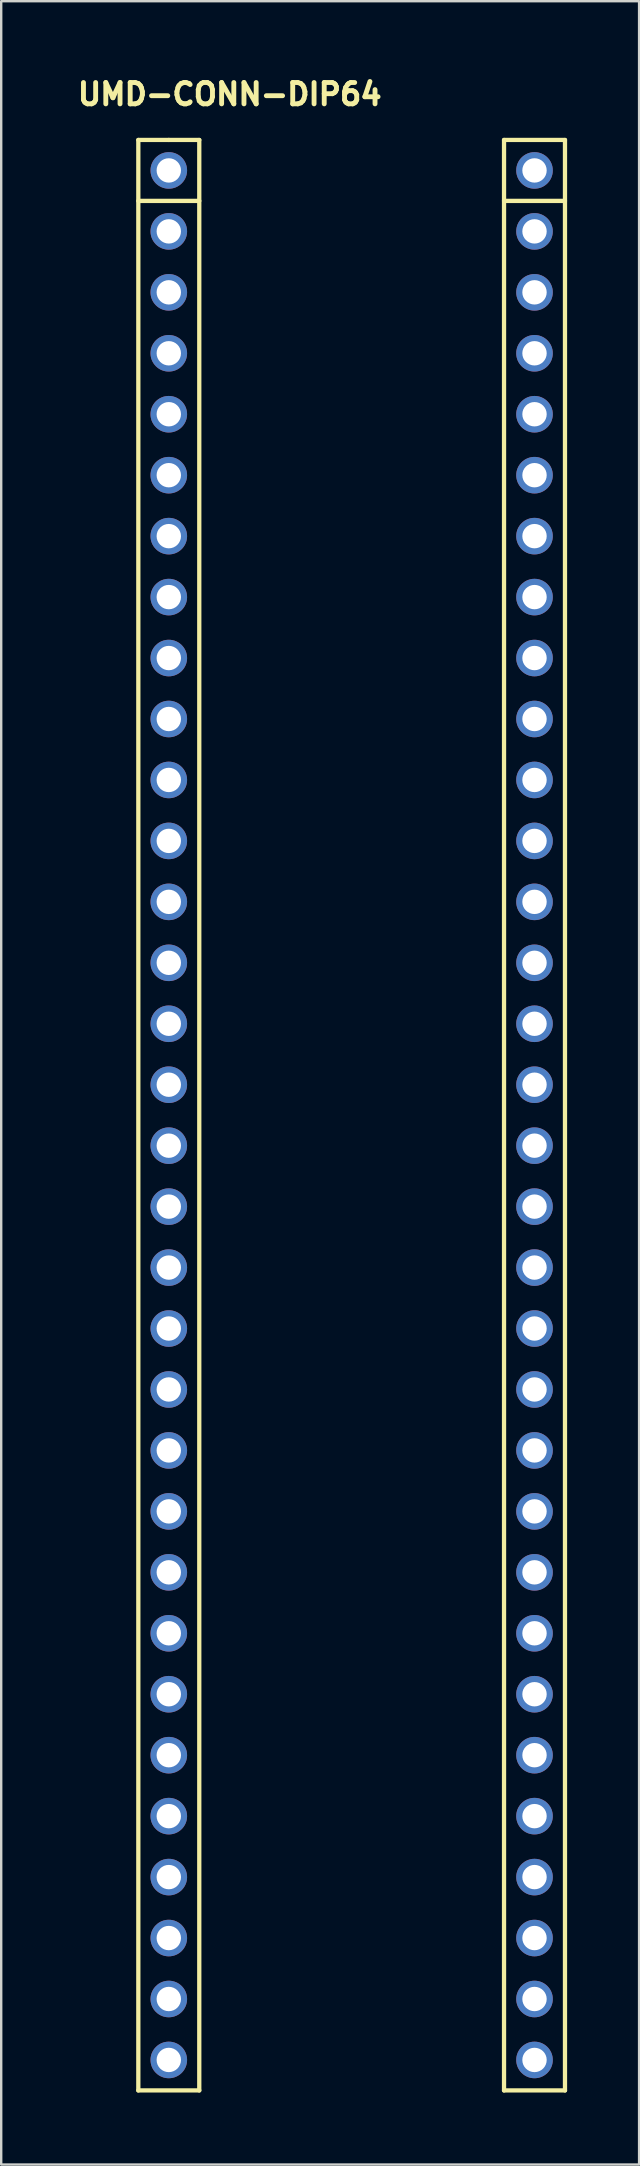
<source format=kicad_pcb>
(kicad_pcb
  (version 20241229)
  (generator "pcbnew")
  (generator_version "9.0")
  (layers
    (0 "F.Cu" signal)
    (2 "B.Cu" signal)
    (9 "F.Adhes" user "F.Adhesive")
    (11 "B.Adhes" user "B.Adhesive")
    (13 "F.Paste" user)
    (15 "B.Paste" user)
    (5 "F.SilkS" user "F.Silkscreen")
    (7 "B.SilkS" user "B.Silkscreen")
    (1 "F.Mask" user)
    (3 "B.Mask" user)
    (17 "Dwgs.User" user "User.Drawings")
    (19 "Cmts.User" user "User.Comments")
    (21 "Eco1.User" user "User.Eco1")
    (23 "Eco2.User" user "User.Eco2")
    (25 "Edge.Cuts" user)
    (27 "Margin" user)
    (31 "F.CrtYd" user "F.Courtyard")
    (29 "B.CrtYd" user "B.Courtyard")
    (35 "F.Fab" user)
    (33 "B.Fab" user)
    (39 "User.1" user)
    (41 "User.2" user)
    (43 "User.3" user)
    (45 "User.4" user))
  (footprint "UMD-CONN-DIP64"
    (layer "F.Cu")
    (at 3.984 4.052)
    (property "Reference" "UMD-CONN-DIP64" (at 2.54 -3.175 0) (layer "F.SilkS") (effects (font (size 0.889 0.889) (thickness 0.203))))
    (attr through_hole)
    (fp_line (start -1.27 -1.27) (end -1.27 80.01) (stroke (width 0.178) (type solid)) (layer "F.SilkS"))
    (fp_line (start -1.27 1.27) (end 1.27 1.27) (stroke (width 0.178) (type solid)) (layer "F.SilkS"))
    (fp_line (start -1.27 80.01) (end 1.27 80.01) (stroke (width 0.178) (type solid)) (layer "F.SilkS"))
    (fp_line (start 0 -1.27) (end -1.27 -1.27) (stroke (width 0.178) (type solid)) (layer "F.SilkS"))
    (fp_line (start 1.27 -1.27) (end 0 -1.27) (stroke (width 0.178) (type solid)) (layer "F.SilkS"))
    (fp_line (start 1.27 80.01) (end 1.27 -1.27) (stroke (width 0.178) (type solid)) (layer "F.SilkS"))
    (fp_line (start 13.97 -1.27) (end 13.97 80.01) (stroke (width 0.178) (type solid)) (layer "F.SilkS"))
    (fp_line (start 13.97 1.27) (end 16.51 1.27) (stroke (width 0.178) (type solid)) (layer "F.SilkS"))
    (fp_line (start 13.97 80.01) (end 16.51 80.01) (stroke (width 0.178) (type solid)) (layer "F.SilkS"))
    (fp_line (start 16.51 -1.27) (end 13.97 -1.27) (stroke (width 0.178) (type solid)) (layer "F.SilkS"))
    (fp_line (start 16.51 80.01) (end 16.51 -1.27) (stroke (width 0.178) (type solid)) (layer "F.SilkS"))
    (pad "1" thru_hole circle (at 0 0) (size 1.524 1.524) (drill 1.016) (layers "*.Cu" "*.Mask"))
    (pad "2" thru_hole circle (at 0 2.54) (size 1.524 1.524) (drill 1.016) (layers "*.Cu" "*.Mask"))
    (pad "3" thru_hole circle (at 0 5.08) (size 1.524 1.524) (drill 1.016) (layers "*.Cu" "*.Mask"))
    (pad "4" thru_hole circle (at 0 7.62) (size 1.524 1.524) (drill 1.016) (layers "*.Cu" "*.Mask"))
    (pad "5" thru_hole circle (at 0 10.16) (size 1.524 1.524) (drill 1.016) (layers "*.Cu" "*.Mask"))
    (pad "6" thru_hole circle (at 0 12.7) (size 1.524 1.524) (drill 1.016) (layers "*.Cu" "*.Mask"))
    (pad "7" thru_hole circle (at 0 15.24) (size 1.524 1.524) (drill 1.016) (layers "*.Cu" "*.Mask"))
    (pad "8" thru_hole circle (at 0 17.78) (size 1.524 1.524) (drill 1.016) (layers "*.Cu" "*.Mask"))
    (pad "9" thru_hole circle (at 0 20.32) (size 1.524 1.524) (drill 1.016) (layers "*.Cu" "*.Mask"))
    (pad "10" thru_hole circle (at 0 22.86) (size 1.524 1.524) (drill 1.016) (layers "*.Cu" "*.Mask"))
    (pad "11" thru_hole circle (at 0 25.4) (size 1.524 1.524) (drill 1.016) (layers "*.Cu" "*.Mask"))
    (pad "12" thru_hole circle (at 0 27.94) (size 1.524 1.524) (drill 1.016) (layers "*.Cu" "*.Mask"))
    (pad "13" thru_hole circle (at 0 30.48) (size 1.524 1.524) (drill 1.016) (layers "*.Cu" "*.Mask"))
    (pad "14" thru_hole circle (at 0 33.02) (size 1.524 1.524) (drill 1.016) (layers "*.Cu" "*.Mask"))
    (pad "15" thru_hole circle (at 0 35.56) (size 1.524 1.524) (drill 1.016) (layers "*.Cu" "*.Mask"))
    (pad "16" thru_hole circle (at 0 38.1) (size 1.524 1.524) (drill 1.016) (layers "*.Cu" "*.Mask"))
    (pad "17" thru_hole circle (at 0 40.64) (size 1.524 1.524) (drill 1.016) (layers "*.Cu" "*.Mask"))
    (pad "18" thru_hole circle (at 0 43.18) (size 1.524 1.524) (drill 1.016) (layers "*.Cu" "*.Mask"))
    (pad "19" thru_hole circle (at 0 45.72) (size 1.524 1.524) (drill 1.016) (layers "*.Cu" "*.Mask"))
    (pad "20" thru_hole circle (at 0 48.26) (size 1.524 1.524) (drill 1.016) (layers "*.Cu" "*.Mask"))
    (pad "21" thru_hole circle (at 0 50.8) (size 1.524 1.524) (drill 1.016) (layers "*.Cu" "*.Mask"))
    (pad "22" thru_hole circle (at 0 53.34) (size 1.524 1.524) (drill 1.016) (layers "*.Cu" "*.Mask"))
    (pad "23" thru_hole circle (at 0 55.88) (size 1.524 1.524) (drill 1.016) (layers "*.Cu" "*.Mask"))
    (pad "24" thru_hole circle (at 0 58.42) (size 1.524 1.524) (drill 1.016) (layers "*.Cu" "*.Mask"))
    (pad "25" thru_hole circle (at 0 60.96) (size 1.524 1.524) (drill 1.016) (layers "*.Cu" "*.Mask"))
    (pad "26" thru_hole circle (at 0 63.5) (size 1.524 1.524) (drill 1.016) (layers "*.Cu" "*.Mask"))
    (pad "27" thru_hole circle (at 0 66.04) (size 1.524 1.524) (drill 1.016) (layers "*.Cu" "*.Mask"))
    (pad "28" thru_hole circle (at 0 68.58) (size 1.524 1.524) (drill 1.016) (layers "*.Cu" "*.Mask"))
    (pad "29" thru_hole circle (at 0 71.12) (size 1.524 1.524) (drill 1.016) (layers "*.Cu" "*.Mask"))
    (pad "30" thru_hole circle (at 0 73.66) (size 1.524 1.524) (drill 1.016) (layers "*.Cu" "*.Mask"))
    (pad "31" thru_hole circle (at 0 76.2) (size 1.524 1.524) (drill 1.016) (layers "*.Cu" "*.Mask"))
    (pad "32" thru_hole circle (at 0 78.74) (size 1.524 1.524) (drill 1.016) (layers "*.Cu" "*.Mask"))
    (pad "33" thru_hole circle (at 15.24 78.74) (size 1.524 1.524) (drill 1.016) (layers "*.Cu" "*.Mask"))
    (pad "34" thru_hole circle (at 15.24 76.2) (size 1.524 1.524) (drill 1.016) (layers "*.Cu" "*.Mask"))
    (pad "35" thru_hole circle (at 15.24 73.66) (size 1.524 1.524) (drill 1.016) (layers "*.Cu" "*.Mask"))
    (pad "36" thru_hole circle (at 15.24 71.12) (size 1.524 1.524) (drill 1.016) (layers "*.Cu" "*.Mask"))
    (pad "37" thru_hole circle (at 15.24 68.58) (size 1.524 1.524) (drill 1.016) (layers "*.Cu" "*.Mask"))
    (pad "38" thru_hole circle (at 15.24 66.04) (size 1.524 1.524) (drill 1.016) (layers "*.Cu" "*.Mask"))
    (pad "39" thru_hole circle (at 15.24 63.5) (size 1.524 1.524) (drill 1.016) (layers "*.Cu" "*.Mask"))
    (pad "40" thru_hole circle (at 15.24 60.96) (size 1.524 1.524) (drill 1.016) (layers "*.Cu" "*.Mask"))
    (pad "41" thru_hole circle (at 15.24 58.42) (size 1.524 1.524) (drill 1.016) (layers "*.Cu" "*.Mask"))
    (pad "42" thru_hole circle (at 15.24 55.88) (size 1.524 1.524) (drill 1.016) (layers "*.Cu" "*.Mask"))
    (pad "43" thru_hole circle (at 15.24 53.34) (size 1.524 1.524) (drill 1.016) (layers "*.Cu" "*.Mask"))
    (pad "44" thru_hole circle (at 15.24 50.8) (size 1.524 1.524) (drill 1.016) (layers "*.Cu" "*.Mask"))
    (pad "45" thru_hole circle (at 15.24 48.26) (size 1.524 1.524) (drill 1.016) (layers "*.Cu" "*.Mask"))
    (pad "46" thru_hole circle (at 15.24 45.72) (size 1.524 1.524) (drill 1.016) (layers "*.Cu" "*.Mask"))
    (pad "47" thru_hole circle (at 15.24 43.18) (size 1.524 1.524) (drill 1.016) (layers "*.Cu" "*.Mask"))
    (pad "48" thru_hole circle (at 15.24 40.64) (size 1.524 1.524) (drill 1.016) (layers "*.Cu" "*.Mask"))
    (pad "49" thru_hole circle (at 15.24 38.1) (size 1.524 1.524) (drill 1.016) (layers "*.Cu" "*.Mask"))
    (pad "50" thru_hole circle (at 15.24 35.56) (size 1.524 1.524) (drill 1.016) (layers "*.Cu" "*.Mask"))
    (pad "51" thru_hole circle (at 15.24 33.02) (size 1.524 1.524) (drill 1.016) (layers "*.Cu" "*.Mask"))
    (pad "52" thru_hole circle (at 15.24 30.48) (size 1.524 1.524) (drill 1.016) (layers "*.Cu" "*.Mask"))
    (pad "53" thru_hole circle (at 15.24 27.94) (size 1.524 1.524) (drill 1.016) (layers "*.Cu" "*.Mask"))
    (pad "54" thru_hole circle (at 15.24 25.4) (size 1.524 1.524) (drill 1.016) (layers "*.Cu" "*.Mask"))
    (pad "55" thru_hole circle (at 15.24 22.86) (size 1.524 1.524) (drill 1.016) (layers "*.Cu" "*.Mask"))
    (pad "56" thru_hole circle (at 15.24 20.32) (size 1.524 1.524) (drill 1.016) (layers "*.Cu" "*.Mask"))
    (pad "57" thru_hole circle (at 15.24 17.78) (size 1.524 1.524) (drill 1.016) (layers "*.Cu" "*.Mask"))
    (pad "58" thru_hole circle (at 15.24 15.24) (size 1.524 1.524) (drill 1.016) (layers "*.Cu" "*.Mask"))
    (pad "59" thru_hole circle (at 15.24 12.7) (size 1.524 1.524) (drill 1.016) (layers "*.Cu" "*.Mask"))
    (pad "60" thru_hole circle (at 15.24 10.16) (size 1.524 1.524) (drill 1.016) (layers "*.Cu" "*.Mask"))
    (pad "61" thru_hole circle (at 15.24 7.62) (size 1.524 1.524) (drill 1.016) (layers "*.Cu" "*.Mask"))
    (pad "62" thru_hole circle (at 15.24 5.08) (size 1.524 1.524) (drill 1.016) (layers "*.Cu" "*.Mask"))
    (pad "63" thru_hole circle (at 15.24 2.54) (size 1.524 1.524) (drill 1.016) (layers "*.Cu" "*.Mask"))
    (pad "64" thru_hole circle (at 15.24 0) (size 1.524 1.524) (drill 1.016) (layers "*.Cu" "*.Mask")))
  (gr_rect
    (start -3 -3)
    (end 23.582 87.151)
    (stroke (width 0.1) (type default))
    (fill no)
    (layer "Edge.Cuts")))
</source>
